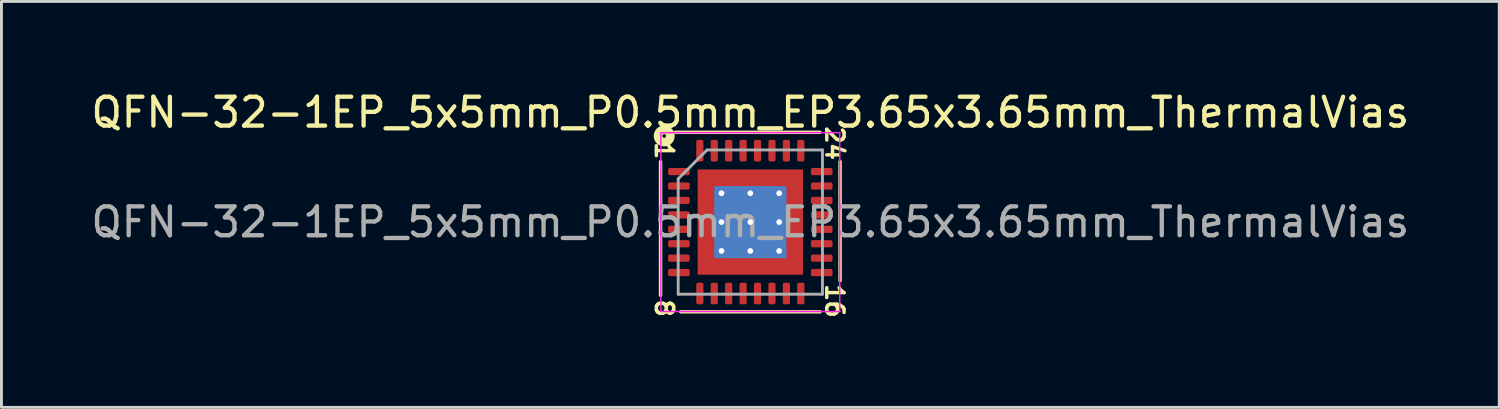
<source format=kicad_pcb>
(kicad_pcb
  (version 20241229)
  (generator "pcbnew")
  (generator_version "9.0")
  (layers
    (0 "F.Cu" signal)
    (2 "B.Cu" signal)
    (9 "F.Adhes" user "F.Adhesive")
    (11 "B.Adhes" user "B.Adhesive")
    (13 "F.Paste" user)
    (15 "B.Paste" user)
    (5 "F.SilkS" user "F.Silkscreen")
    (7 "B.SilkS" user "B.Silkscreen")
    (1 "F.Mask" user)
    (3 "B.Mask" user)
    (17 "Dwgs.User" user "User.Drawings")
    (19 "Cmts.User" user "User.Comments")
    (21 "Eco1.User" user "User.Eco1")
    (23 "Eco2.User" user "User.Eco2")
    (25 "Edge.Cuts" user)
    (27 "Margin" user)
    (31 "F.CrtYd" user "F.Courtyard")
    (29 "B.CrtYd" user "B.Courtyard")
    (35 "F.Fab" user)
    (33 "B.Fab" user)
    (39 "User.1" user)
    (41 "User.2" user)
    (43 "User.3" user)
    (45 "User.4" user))
  (footprint "QFN-32-1EP_5x5mm_P0.5mm_EP3.65x3.65mm_ThermalVias"
    (layer "F.Cu")
    (at 22.958 4.648)
    (property "Reference" "QFN-32-1EP_5x5mm_P0.5mm_EP3.65x3.65mm_ThermalVias" (at 0 -3.8 0) (layer "F.SilkS") (effects (font (size 1 1) (thickness 0.15))))
    (attr smd)
    (fp_line (start -3.111 -2.095) (end -3.111 2.54) (stroke (width 0.12) (type solid)) (layer "F.SilkS"))
    (fp_line (start -2.413 3.111) (end 2.413 3.111) (stroke (width 0.12) (type solid)) (layer "F.SilkS"))
    (fp_line (start 2.413 -3.111) (end -2.603 -3.111) (stroke (width 0.12) (type solid)) (layer "F.SilkS"))
    (fp_line (start 3.111 2.032) (end 3.111 -2.095) (stroke (width 0.12) (type solid)) (layer "F.SilkS"))
    (fp_circle (center -2.985 -2.985) (end -2.921 -2.985) (stroke (width 0.3) (type solid)) (fill no) (layer "F.SilkS"))
    (fp_line (start -3.1 -3.1) (end -3.1 3.1) (stroke (width 0.05) (type solid)) (layer "F.CrtYd"))
    (fp_line (start -3.1 3.1) (end 3.1 3.1) (stroke (width 0.05) (type solid)) (layer "F.CrtYd"))
    (fp_line (start 3.1 -3.1) (end -3.1 -3.1) (stroke (width 0.05) (type solid)) (layer "F.CrtYd"))
    (fp_line (start 3.1 3.1) (end 3.1 -3.1) (stroke (width 0.05) (type solid)) (layer "F.CrtYd"))
    (fp_line (start -2.5 -1.5) (end -1.5 -2.5) (stroke (width 0.1) (type solid)) (layer "F.Fab"))
    (fp_line (start -2.5 2.5) (end -2.5 -1.5) (stroke (width 0.1) (type solid)) (layer "F.Fab"))
    (fp_line (start -1.5 -2.5) (end 2.5 -2.5) (stroke (width 0.1) (type solid)) (layer "F.Fab"))
    (fp_line (start 2.5 -2.5) (end 2.5 2.5) (stroke (width 0.1) (type solid)) (layer "F.Fab"))
    (fp_line (start 2.5 2.5) (end -2.5 2.5) (stroke (width 0.1) (type solid)) (layer "F.Fab"))
    (fp_text user "24" (at 2.921 -2.731 270) (unlocked yes) (layer "F.SilkS") (effects (font (size 0.6 0.6) (thickness 0.12))))
    (fp_text user "1" (at -2.985 -2.477 270) (unlocked yes) (layer "F.SilkS") (effects (font (size 0.6 0.6) (thickness 0.12))))
    (fp_text user "8" (at -2.985 2.985 270) (unlocked yes) (layer "F.SilkS") (effects (font (size 0.6 0.6) (thickness 0.12))))
    (fp_text user "16" (at 2.921 2.731 270) (unlocked yes) (layer "F.SilkS") (effects (font (size 0.6 0.6) (thickness 0.12))))
    (fp_text user "${REFERENCE}" (at 0 0 0) (layer "F.Fab") (effects (font (size 1 1) (thickness 0.15))))
    (pad "" smd custom (at -1.413 -1.413) (size 0.578 0.578) (layers "F.Paste") (options (anchor circle)) (primitives (gr_poly (pts (xy 0.246 0.174) (xy 0.174 0.246) (xy -0.246 0.246) (xy -0.246 -0.246) (xy 0.246 -0.246)) (width 0.174) (fill yes))))
    (pad "" smd custom (at -1.413 -0.5) (size 0.59 0.59) (layers "F.Paste") (options (anchor circle)) (primitives (gr_poly (pts (xy 0.258 -0.266) (xy 0.258 0.266) (xy 0.195 0.328) (xy -0.258 0.328) (xy -0.258 -0.328) (xy 0.195 -0.328)) (width 0.15) (fill yes))))
    (pad "" smd custom (at -1.413 0.5) (size 0.59 0.59) (layers "F.Paste") (options (anchor circle)) (primitives (gr_poly (pts (xy 0.258 -0.266) (xy 0.258 0.266) (xy 0.195 0.328) (xy -0.258 0.328) (xy -0.258 -0.328) (xy 0.195 -0.328)) (width 0.15) (fill yes))))
    (pad "" smd custom (at -1.413 1.413) (size 0.578 0.578) (layers "F.Paste") (options (anchor circle)) (primitives (gr_poly (pts (xy 0.246 -0.174) (xy 0.246 0.246) (xy -0.246 0.246) (xy -0.246 -0.246) (xy 0.174 -0.246)) (width 0.174) (fill yes))))
    (pad "" smd custom (at -0.5 -1.413) (size 0.59 0.59) (layers "F.Paste") (options (anchor circle)) (primitives (gr_poly (pts (xy 0.328 0.195) (xy 0.266 0.258) (xy -0.266 0.258) (xy -0.328 0.195) (xy -0.328 -0.258) (xy 0.328 -0.258)) (width 0.15) (fill yes))))
    (pad "" smd roundrect (at -0.5 -0.5) (size 0.806 0.806) (layers "F.Paste") (roundrect_rratio 0.25))
    (pad "" smd roundrect (at -0.5 0.5) (size 0.806 0.806) (layers "F.Paste") (roundrect_rratio 0.25))
    (pad "" smd custom (at -0.5 1.413) (size 0.59 0.59) (layers "F.Paste") (options (anchor circle)) (primitives (gr_poly (pts (xy 0.328 -0.195) (xy 0.328 0.258) (xy -0.328 0.258) (xy -0.328 -0.195) (xy -0.266 -0.258) (xy 0.266 -0.258)) (width 0.15) (fill yes))))
    (pad "" smd custom (at 0.5 -1.413) (size 0.59 0.59) (layers "F.Paste") (options (anchor circle)) (primitives (gr_poly (pts (xy 0.328 0.195) (xy 0.266 0.258) (xy -0.266 0.258) (xy -0.328 0.195) (xy -0.328 -0.258) (xy 0.328 -0.258)) (width 0.15) (fill yes))))
    (pad "" smd roundrect (at 0.5 -0.5) (size 0.806 0.806) (layers "F.Paste") (roundrect_rratio 0.25))
    (pad "" smd roundrect (at 0.5 0.5) (size 0.806 0.806) (layers "F.Paste") (roundrect_rratio 0.25))
    (pad "" smd custom (at 0.5 1.413) (size 0.59 0.59) (layers "F.Paste") (options (anchor circle)) (primitives (gr_poly (pts (xy 0.328 -0.195) (xy 0.328 0.258) (xy -0.328 0.258) (xy -0.328 -0.195) (xy -0.266 -0.258) (xy 0.266 -0.258)) (width 0.15) (fill yes))))
    (pad "" smd custom (at 1.413 -1.413) (size 0.578 0.578) (layers "F.Paste") (options (anchor circle)) (primitives (gr_poly (pts (xy 0.246 0.246) (xy -0.174 0.246) (xy -0.246 0.174) (xy -0.246 -0.246) (xy 0.246 -0.246)) (width 0.174) (fill yes))))
    (pad "" smd custom (at 1.413 -0.5) (size 0.59 0.59) (layers "F.Paste") (options (anchor circle)) (primitives (gr_poly (pts (xy 0.258 0.328) (xy -0.195 0.328) (xy -0.258 0.266) (xy -0.258 -0.266) (xy -0.195 -0.328) (xy 0.258 -0.328)) (width 0.15) (fill yes))))
    (pad "" smd custom (at 1.413 0.5) (size 0.59 0.59) (layers "F.Paste") (options (anchor circle)) (primitives (gr_poly (pts (xy 0.258 0.328) (xy -0.195 0.328) (xy -0.258 0.266) (xy -0.258 -0.266) (xy -0.195 -0.328) (xy 0.258 -0.328)) (width 0.15) (fill yes))))
    (pad "" smd custom (at 1.413 1.413) (size 0.578 0.578) (layers "F.Paste") (options (anchor circle)) (primitives (gr_poly (pts (xy 0.246 0.246) (xy -0.246 0.246) (xy -0.246 -0.174) (xy -0.174 -0.246) (xy 0.246 -0.246)) (width 0.174) (fill yes))))
    (pad "1" smd roundrect (at -2.475 -1.75) (size 0.75 0.25) (layers "F.Cu" "F.Mask" "F.Paste") (roundrect_rratio 0.25))
    (pad "2" smd roundrect (at -2.475 -1.25) (size 0.75 0.25) (layers "F.Cu" "F.Mask" "F.Paste") (roundrect_rratio 0.25))
    (pad "3" smd roundrect (at -2.475 -0.75) (size 0.75 0.25) (layers "F.Cu" "F.Mask" "F.Paste") (roundrect_rratio 0.25))
    (pad "4" smd roundrect (at -2.475 -0.25) (size 0.75 0.25) (layers "F.Cu" "F.Mask" "F.Paste") (roundrect_rratio 0.25))
    (pad "5" smd roundrect (at -2.475 0.25) (size 0.75 0.25) (layers "F.Cu" "F.Mask" "F.Paste") (roundrect_rratio 0.25))
    (pad "6" smd roundrect (at -2.475 0.75) (size 0.75 0.25) (layers "F.Cu" "F.Mask" "F.Paste") (roundrect_rratio 0.25))
    (pad "7" smd roundrect (at -2.475 1.25) (size 0.75 0.25) (layers "F.Cu" "F.Mask" "F.Paste") (roundrect_rratio 0.25))
    (pad "8" smd roundrect (at -2.475 1.75) (size 0.75 0.25) (layers "F.Cu" "F.Mask" "F.Paste") (roundrect_rratio 0.25))
    (pad "9" smd roundrect (at -1.75 2.475) (size 0.25 0.75) (layers "F.Cu" "F.Mask" "F.Paste") (roundrect_rratio 0.25))
    (pad "10" smd roundrect (at -1.25 2.475) (size 0.25 0.75) (layers "F.Cu" "F.Mask" "F.Paste") (roundrect_rratio 0.25))
    (pad "11" smd roundrect (at -0.75 2.475) (size 0.25 0.75) (layers "F.Cu" "F.Mask" "F.Paste") (roundrect_rratio 0.25))
    (pad "12" smd roundrect (at -0.25 2.475) (size 0.25 0.75) (layers "F.Cu" "F.Mask" "F.Paste") (roundrect_rratio 0.25))
    (pad "13" smd roundrect (at 0.25 2.475) (size 0.25 0.75) (layers "F.Cu" "F.Mask" "F.Paste") (roundrect_rratio 0.25))
    (pad "14" smd roundrect (at 0.75 2.475) (size 0.25 0.75) (layers "F.Cu" "F.Mask" "F.Paste") (roundrect_rratio 0.25))
    (pad "15" smd roundrect (at 1.25 2.475) (size 0.25 0.75) (layers "F.Cu" "F.Mask" "F.Paste") (roundrect_rratio 0.25))
    (pad "16" smd roundrect (at 1.75 2.475) (size 0.25 0.75) (layers "F.Cu" "F.Mask" "F.Paste") (roundrect_rratio 0.25))
    (pad "17" smd roundrect (at 2.475 1.75) (size 0.75 0.25) (layers "F.Cu" "F.Mask" "F.Paste") (roundrect_rratio 0.25))
    (pad "18" smd roundrect (at 2.475 1.25) (size 0.75 0.25) (layers "F.Cu" "F.Mask" "F.Paste") (roundrect_rratio 0.25))
    (pad "19" smd roundrect (at 2.475 0.75) (size 0.75 0.25) (layers "F.Cu" "F.Mask" "F.Paste") (roundrect_rratio 0.25))
    (pad "20" smd roundrect (at 2.475 0.25) (size 0.75 0.25) (layers "F.Cu" "F.Mask" "F.Paste") (roundrect_rratio 0.25))
    (pad "21" smd roundrect (at 2.475 -0.25) (size 0.75 0.25) (layers "F.Cu" "F.Mask" "F.Paste") (roundrect_rratio 0.25))
    (pad "22" smd roundrect (at 2.475 -0.75) (size 0.75 0.25) (layers "F.Cu" "F.Mask" "F.Paste") (roundrect_rratio 0.25))
    (pad "23" smd roundrect (at 2.475 -1.25) (size 0.75 0.25) (layers "F.Cu" "F.Mask" "F.Paste") (roundrect_rratio 0.25))
    (pad "24" smd roundrect (at 2.475 -1.75) (size 0.75 0.25) (layers "F.Cu" "F.Mask" "F.Paste") (roundrect_rratio 0.25))
    (pad "25" smd roundrect (at 1.75 -2.475) (size 0.25 0.75) (layers "F.Cu" "F.Mask" "F.Paste") (roundrect_rratio 0.25))
    (pad "26" smd roundrect (at 1.25 -2.475) (size 0.25 0.75) (layers "F.Cu" "F.Mask" "F.Paste") (roundrect_rratio 0.25))
    (pad "27" smd roundrect (at 0.75 -2.475) (size 0.25 0.75) (layers "F.Cu" "F.Mask" "F.Paste") (roundrect_rratio 0.25))
    (pad "28" smd roundrect (at 0.25 -2.475) (size 0.25 0.75) (layers "F.Cu" "F.Mask" "F.Paste") (roundrect_rratio 0.25))
    (pad "29" smd roundrect (at -0.25 -2.475) (size 0.25 0.75) (layers "F.Cu" "F.Mask" "F.Paste") (roundrect_rratio 0.25))
    (pad "30" smd roundrect (at -0.75 -2.475) (size 0.25 0.75) (layers "F.Cu" "F.Mask" "F.Paste") (roundrect_rratio 0.25))
    (pad "31" smd roundrect (at -1.25 -2.475) (size 0.25 0.75) (layers "F.Cu" "F.Mask" "F.Paste") (roundrect_rratio 0.25))
    (pad "32" smd roundrect (at -1.75 -2.475) (size 0.25 0.75) (layers "F.Cu" "F.Mask" "F.Paste") (roundrect_rratio 0.25))
    (pad "33" thru_hole circle (at -1 -1) (size 0.5 0.5) (drill 0.2) (layers "*.Cu"))
    (pad "33" thru_hole circle (at -1 0) (size 0.5 0.5) (drill 0.2) (layers "*.Cu"))
    (pad "33" thru_hole circle (at -1 1) (size 0.5 0.5) (drill 0.2) (layers "*.Cu"))
    (pad "33" thru_hole circle (at 0 -1) (size 0.5 0.5) (drill 0.2) (layers "*.Cu"))
    (pad "33" thru_hole circle (at 0 0) (size 0.5 0.5) (drill 0.2) (layers "*.Cu"))
    (pad "33" smd rect (at 0 0) (size 2.5 2.5) (layers "B.Cu" "B.Mask"))
    (pad "33" smd rect (at 0 0) (size 3.65 3.65) (layers "F.Cu" "F.Mask"))
    (pad "33" thru_hole circle (at 0 1) (size 0.5 0.5) (drill 0.2) (layers "*.Cu"))
    (pad "33" thru_hole circle (at 1 -1) (size 0.5 0.5) (drill 0.2) (layers "*.Cu"))
    (pad "33" thru_hole circle (at 1 0) (size 0.5 0.5) (drill 0.2) (layers "*.Cu"))
    (pad "33" thru_hole circle (at 1 1) (size 0.5 0.5) (drill 0.2) (layers "*.Cu")))
  (gr_rect
    (start -3 -3)
    (end 48.917 11.07)
    (stroke (width 0.1) (type default))
    (fill no)
    (layer "Edge.Cuts")))
</source>
